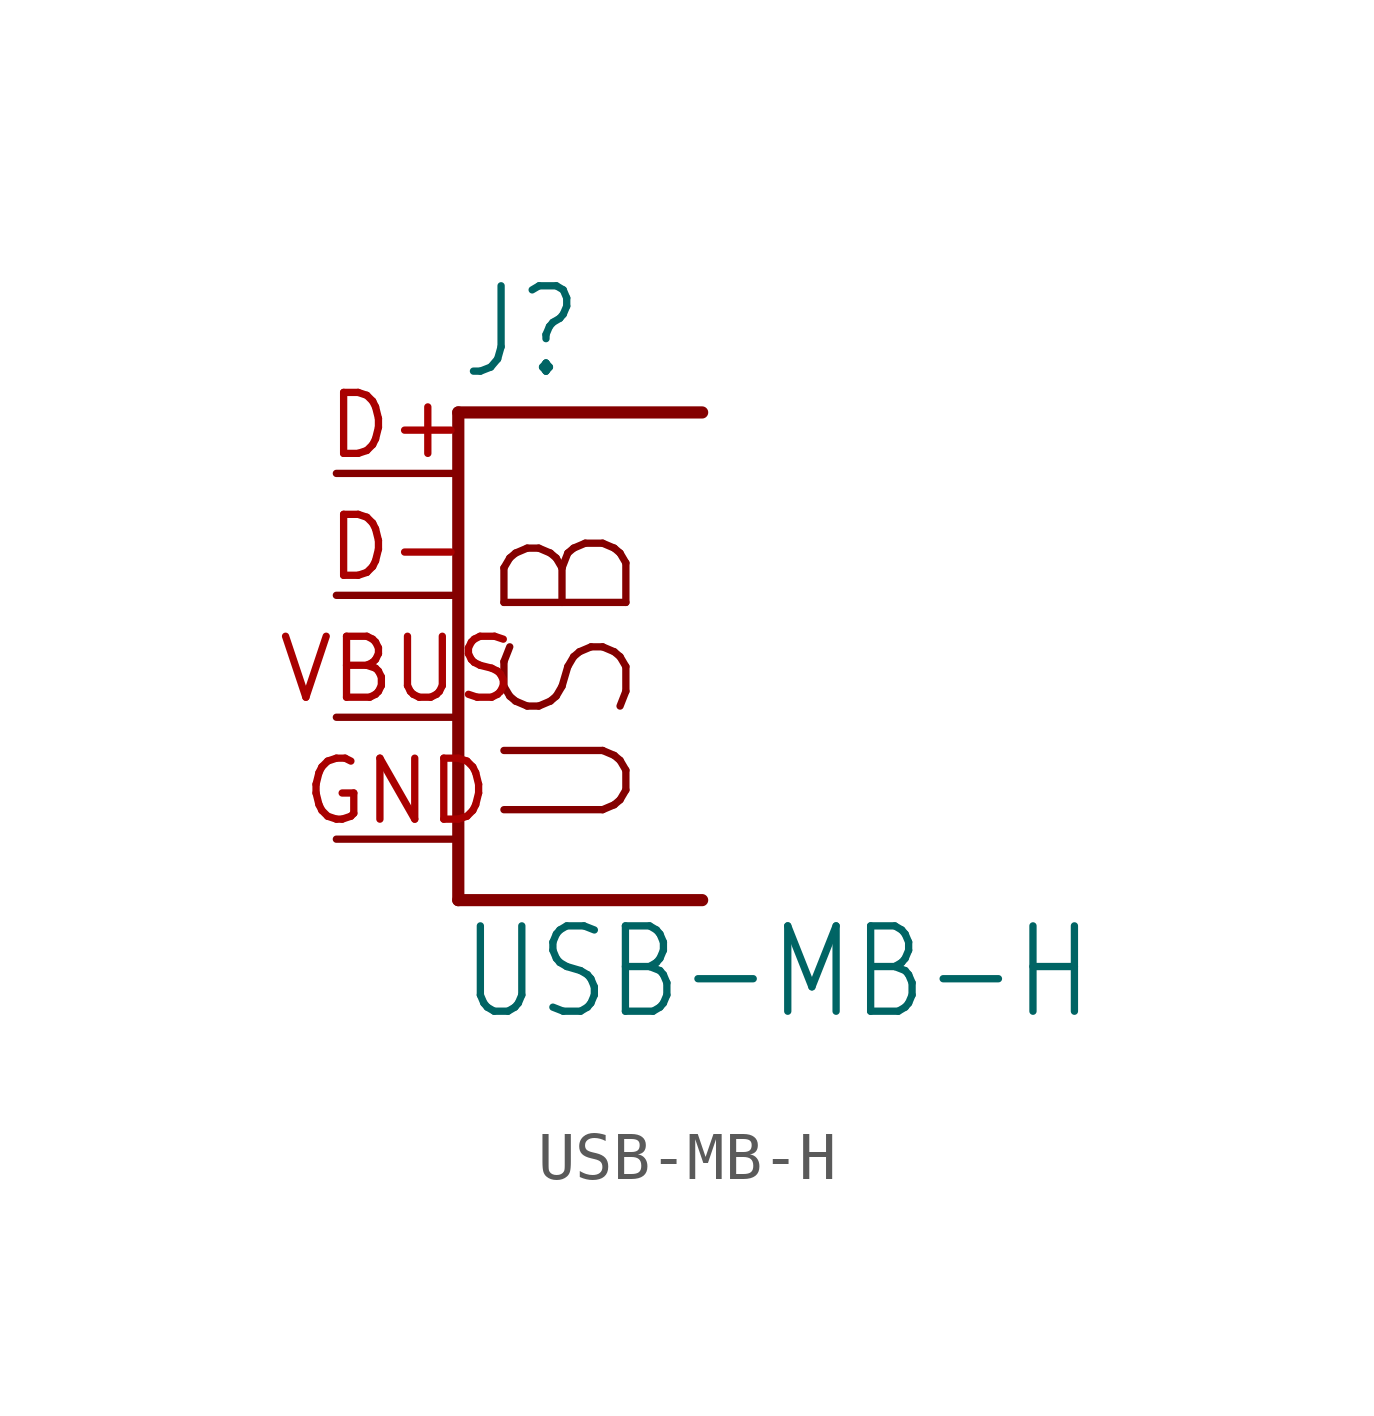
<source format=kicad_sym>
(kicad_symbol_lib
  (version 20211014)
  (generator kicad_symbol_editor)
  (symbol "USB-MB-H"
    (property "Reference" "J"
      (at 0 9.525 0)
      (effects (font (size 1.778 1.511)) (justify left bottom)))
    (property "Value" "USB-MB-H"
      (at 0 -3.81 0)
      (effects (font (size 1.778 1.511)) (justify left bottom)))
    (property "ki_locked" ""
      (at 0 0 0)
      (effects (font (size 1.27 1.27))))
    (symbol "USB-MB-H_1_0"
      (polyline (pts (xy 0 -1.27) (xy 5.08 -1.27)) (stroke (width 0.254) (type default) (color 0 0 0 0)) (fill (type none)))
      (polyline (pts (xy 0 8.89) (xy 0 -1.27)) (stroke (width 0.254) (type default) (color 0 0 0 0)) (fill (type none)))
      (polyline (pts (xy 5.08 8.89) (xy 0 8.89)) (stroke (width 0.254) (type default) (color 0 0 0 0)) (fill (type none)))
      (text "USB" (at 3.81 0 900) (effects (font (size 2.54 2.159)) (justify left bottom)))
      (pin bidirectional line (at -2.54 7.62 0) (length 2.54) (name "D+" (effects (font (size 0 0)))) (number "D+" (effects (font (size 1.27 1.27)))))
      (pin bidirectional line (at -2.54 5.08 0) (length 2.54) (name "D-" (effects (font (size 0 0)))) (number "D-" (effects (font (size 1.27 1.27)))))
      (pin bidirectional line (at -2.54 0 0) (length 2.54) (name "GND" (effects (font (size 0 0)))) (number "GND" (effects (font (size 1.27 1.27)))))
      (pin bidirectional line (at -2.54 2.54 0) (length 2.54) (name "VBUS" (effects (font (size 0 0)))) (number "VBUS" (effects (font (size 1.27 1.27))))))))
</source>
